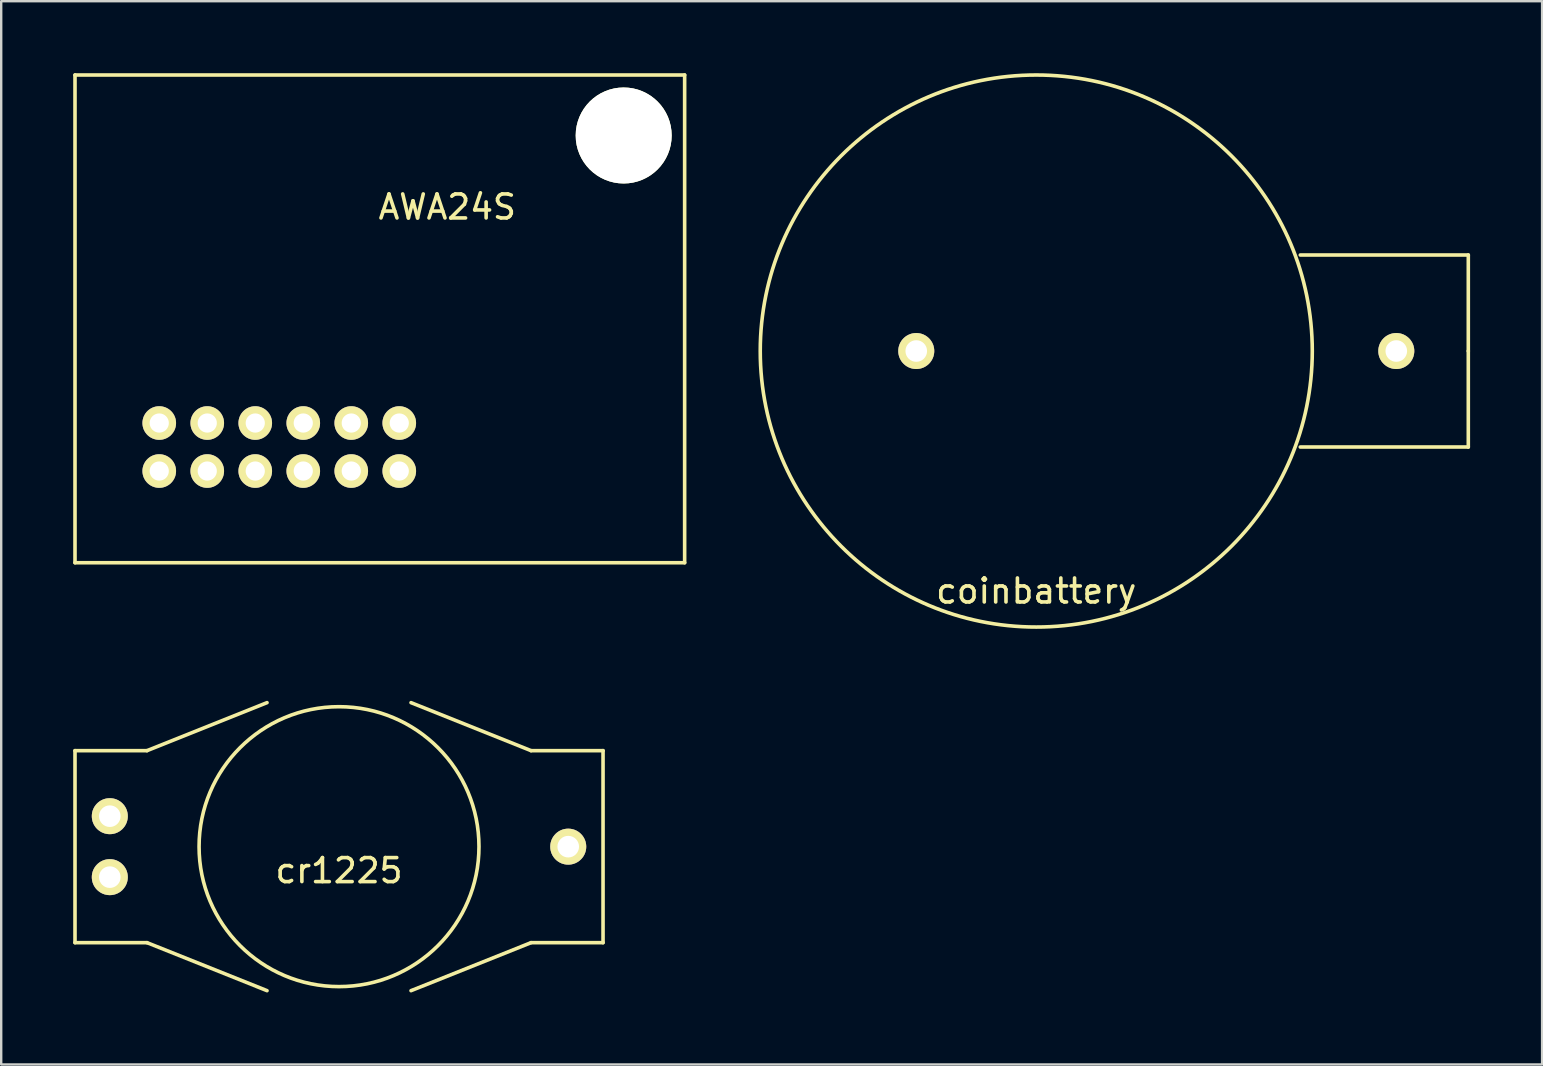
<source format=kicad_pcb>
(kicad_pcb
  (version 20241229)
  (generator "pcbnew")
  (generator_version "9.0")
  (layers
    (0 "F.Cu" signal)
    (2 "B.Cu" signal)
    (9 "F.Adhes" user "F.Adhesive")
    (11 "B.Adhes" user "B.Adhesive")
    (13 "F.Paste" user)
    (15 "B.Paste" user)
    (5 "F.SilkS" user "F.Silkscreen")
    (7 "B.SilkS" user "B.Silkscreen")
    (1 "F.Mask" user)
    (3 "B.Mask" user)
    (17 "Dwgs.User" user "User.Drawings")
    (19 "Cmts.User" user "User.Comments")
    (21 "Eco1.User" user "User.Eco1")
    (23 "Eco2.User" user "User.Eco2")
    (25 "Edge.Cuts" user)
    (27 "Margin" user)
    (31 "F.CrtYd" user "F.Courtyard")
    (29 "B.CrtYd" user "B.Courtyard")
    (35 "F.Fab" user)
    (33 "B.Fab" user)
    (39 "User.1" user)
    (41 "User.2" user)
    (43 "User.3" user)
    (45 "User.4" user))
  (footprint "cr1225"
    (layer "F.Cu")
    (at 11.075 32.225)
    (property "Reference" "cr1225" (at 0 1 0) (layer "F.SilkS") (effects (font (size 1 1) (thickness 0.15))))
    (attr through_hole)
    (fp_line (start -11 -4) (end -8 -4) (stroke (width 0.15) (type solid)) (layer "F.SilkS"))
    (fp_line (start -11 4) (end -11 -4) (stroke (width 0.15) (type solid)) (layer "F.SilkS"))
    (fp_line (start -11 4) (end -8 4) (stroke (width 0.15) (type solid)) (layer "F.SilkS"))
    (fp_line (start -8 -4) (end -3 -6) (stroke (width 0.15) (type solid)) (layer "F.SilkS"))
    (fp_line (start -8 4) (end -3 6) (stroke (width 0.15) (type solid)) (layer "F.SilkS"))
    (fp_line (start 3 -6) (end 8 -4) (stroke (width 0.15) (type solid)) (layer "F.SilkS"))
    (fp_line (start 8 -4) (end 11 -4) (stroke (width 0.15) (type solid)) (layer "F.SilkS"))
    (fp_line (start 8 4) (end 3 6) (stroke (width 0.15) (type solid)) (layer "F.SilkS"))
    (fp_line (start 11 -4) (end 11 4) (stroke (width 0.15) (type solid)) (layer "F.SilkS"))
    (fp_line (start 11 4) (end 8 4) (stroke (width 0.15) (type solid)) (layer "F.SilkS"))
    (fp_circle (center 0 0) (end 5 3) (stroke (width 0.15) (type solid)) (fill no) (layer "F.SilkS"))
    (pad "1" thru_hole circle (at -9.55 -1.27) (size 1.5 1.5) (drill 0.9) (layers "*.Cu" "*.Mask" "F.SilkS"))
    (pad "1" thru_hole circle (at -9.55 1.27) (size 1.5 1.5) (drill 0.9) (layers "*.Cu" "*.Mask" "F.SilkS"))
    (pad "2" thru_hole circle (at 9.55 0) (size 1.5 1.5) (drill 0.9) (layers "*.Cu" "*.Mask" "F.SilkS")))
  (footprint "coinbattery"
    (layer "F.Cu")
    (at 45.125 11.575)
    (property "Reference" "coinbattery" (at -5 10 0) (layer "F.SilkS") (effects (font (size 1 1) (thickness 0.15))))
    (attr through_hole)
    (fp_line (start 13 -4) (end 6 -4) (stroke (width 0.15) (type solid)) (layer "F.SilkS"))
    (fp_line (start 13 0) (end 13 -4) (stroke (width 0.15) (type solid)) (layer "F.SilkS"))
    (fp_line (start 13 0) (end 13 4) (stroke (width 0.15) (type solid)) (layer "F.SilkS"))
    (fp_line (start 13 4) (end 6 4) (stroke (width 0.15) (type solid)) (layer "F.SilkS"))
    (fp_circle (center -5 0) (end 6.5 0) (stroke (width 0.15) (type solid)) (fill no) (layer "F.SilkS"))
    (pad "1" thru_hole circle (at 10 0) (size 1.5 1.5) (drill 0.9) (layers "*.Cu" "*.Mask" "F.SilkS"))
    (pad "2" thru_hole circle (at -10 0) (size 1.5 1.5) (drill 0.9) (layers "*.Cu" "*.Mask" "F.SilkS")))
  (footprint "AWA24S"
    (layer "F.Cu")
    (at 3.585 16.575)
    (property "Reference" "AWA24S" (at 12 -11 0) (layer "F.SilkS") (effects (font (size 1 1) (thickness 0.15))))
    (attr through_hole)
    (fp_line (start -3.51 -16.5) (end 21.89 -16.5) (stroke (width 0.15) (type solid)) (layer "F.SilkS"))
    (fp_line (start -3.51 3.82) (end -3.51 -16.5) (stroke (width 0.15) (type solid)) (layer "F.SilkS"))
    (fp_line (start -3.51 3.82) (end 21.89 3.82) (stroke (width 0.15) (type solid)) (layer "F.SilkS"))
    (fp_line (start 21.89 3.82) (end 21.89 -16.5) (stroke (width 0.15) (type solid)) (layer "F.SilkS"))
    (pad "" np_thru_hole circle (at 19.35 -13.98) (size 4 4) (drill 4) (layers "*.Cu" "*.Mask" "F.SilkS"))
    (pad "1" thru_hole circle (at 0 0) (size 1.4 1.4) (drill 0.8) (layers "*.Cu" "*.Mask" "F.SilkS"))
    (pad "2" thru_hole circle (at 0 -2) (size 1.4 1.4) (drill 0.8) (layers "*.Cu" "*.Mask" "F.SilkS"))
    (pad "3" thru_hole circle (at 2 0) (size 1.4 1.4) (drill 0.8) (layers "*.Cu" "*.Mask" "F.SilkS"))
    (pad "4" thru_hole circle (at 2 -2) (size 1.4 1.4) (drill 0.8) (layers "*.Cu" "*.Mask" "F.SilkS"))
    (pad "5" thru_hole circle (at 4 0) (size 1.4 1.4) (drill 0.8) (layers "*.Cu" "*.Mask" "F.SilkS"))
    (pad "6" thru_hole circle (at 4 -2) (size 1.4 1.4) (drill 0.8) (layers "*.Cu" "*.Mask" "F.SilkS"))
    (pad "7" thru_hole circle (at 6 0) (size 1.4 1.4) (drill 0.8) (layers "*.Cu" "*.Mask" "F.SilkS"))
    (pad "8" thru_hole circle (at 6 -2) (size 1.4 1.4) (drill 0.8) (layers "*.Cu" "*.Mask" "F.SilkS"))
    (pad "9" thru_hole circle (at 8 0) (size 1.4 1.4) (drill 0.8) (layers "*.Cu" "*.Mask" "F.SilkS"))
    (pad "10" thru_hole circle (at 8 -2) (size 1.4 1.4) (drill 0.8) (layers "*.Cu" "*.Mask" "F.SilkS"))
    (pad "11" thru_hole circle (at 10 0) (size 1.4 1.4) (drill 0.8) (layers "*.Cu" "*.Mask" "F.SilkS"))
    (pad "12" thru_hole circle (at 10 -2) (size 1.4 1.4) (drill 0.8) (layers "*.Cu" "*.Mask" "F.SilkS")))
  (gr_rect
    (start -3 -3)
    (end 61.2 41.3)
    (stroke (width 0.1) (type default))
    (fill no)
    (layer "Edge.Cuts")))
</source>
